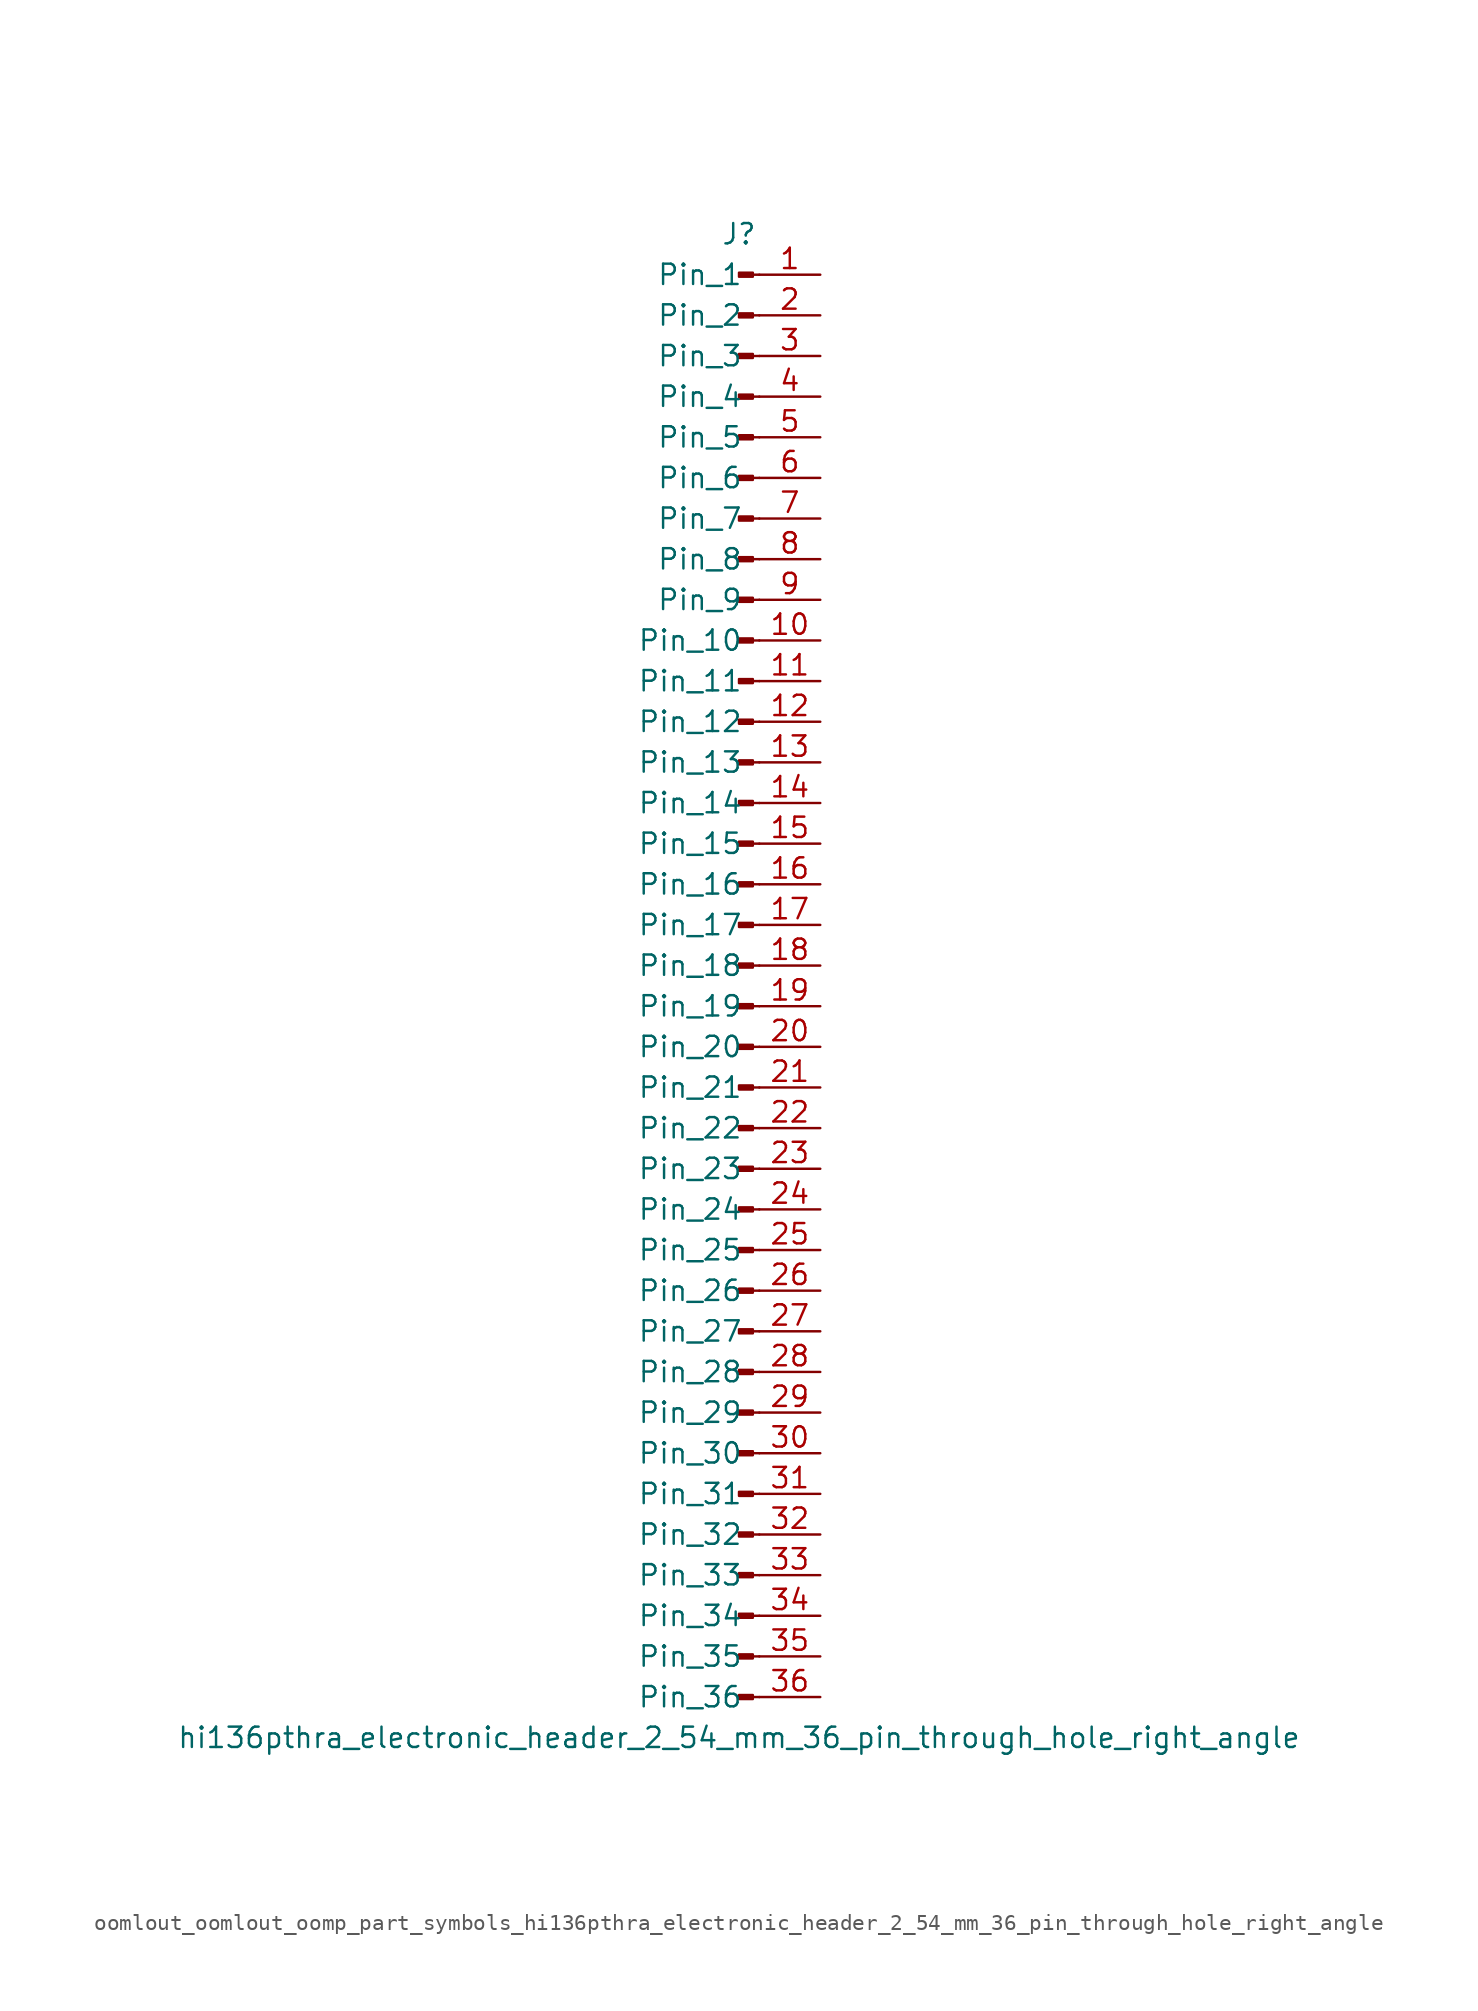
<source format=kicad_sym>
(kicad_symbol_lib
  (version 20220914)
  (generator kicad_symbol_editor)
  (symbol "oomlout_oomlout_oomp_part_symbols_hi136pthra_electronic_header_2_54_mm_36_pin_through_hole_right_angle"
    (pin_names
      (offset 1.016))
    (property "Reference" "J"
      (at 0 45.72 0)
      (effects (font (size 1.27 1.27))))
    (property "Value" "hi136pthra_electronic_header_2_54_mm_36_pin_through_hole_right_angle"
      (at 0 -48.26 0)
      (effects (font (size 1.27 1.27))))
    (property "ki_locked" ""
      (at 0 0 0)
      (effects (font (size 1.27 1.27))))
    (symbol "oomlout_oomlout_oomp_part_symbols_hi136pthra_electronic_header_2_54_mm_36_pin_through_hole_right_angle_1_1"
      (polyline (pts (xy 1.27 -45.72) (xy 0.864 -45.72)) (stroke (width 0.152) (type default)) (fill (type none)))
      (polyline (pts (xy 1.27 -43.18) (xy 0.864 -43.18)) (stroke (width 0.152) (type default)) (fill (type none)))
      (polyline (pts (xy 1.27 -40.64) (xy 0.864 -40.64)) (stroke (width 0.152) (type default)) (fill (type none)))
      (polyline (pts (xy 1.27 -38.1) (xy 0.864 -38.1)) (stroke (width 0.152) (type default)) (fill (type none)))
      (polyline (pts (xy 1.27 -35.56) (xy 0.864 -35.56)) (stroke (width 0.152) (type default)) (fill (type none)))
      (polyline (pts (xy 1.27 -33.02) (xy 0.864 -33.02)) (stroke (width 0.152) (type default)) (fill (type none)))
      (polyline (pts (xy 1.27 -30.48) (xy 0.864 -30.48)) (stroke (width 0.152) (type default)) (fill (type none)))
      (polyline (pts (xy 1.27 -27.94) (xy 0.864 -27.94)) (stroke (width 0.152) (type default)) (fill (type none)))
      (polyline (pts (xy 1.27 -25.4) (xy 0.864 -25.4)) (stroke (width 0.152) (type default)) (fill (type none)))
      (polyline (pts (xy 1.27 -22.86) (xy 0.864 -22.86)) (stroke (width 0.152) (type default)) (fill (type none)))
      (polyline (pts (xy 1.27 -20.32) (xy 0.864 -20.32)) (stroke (width 0.152) (type default)) (fill (type none)))
      (polyline (pts (xy 1.27 -17.78) (xy 0.864 -17.78)) (stroke (width 0.152) (type default)) (fill (type none)))
      (polyline (pts (xy 1.27 -15.24) (xy 0.864 -15.24)) (stroke (width 0.152) (type default)) (fill (type none)))
      (polyline (pts (xy 1.27 -12.7) (xy 0.864 -12.7)) (stroke (width 0.152) (type default)) (fill (type none)))
      (polyline (pts (xy 1.27 -10.16) (xy 0.864 -10.16)) (stroke (width 0.152) (type default)) (fill (type none)))
      (polyline (pts (xy 1.27 -7.62) (xy 0.864 -7.62)) (stroke (width 0.152) (type default)) (fill (type none)))
      (polyline (pts (xy 1.27 -5.08) (xy 0.864 -5.08)) (stroke (width 0.152) (type default)) (fill (type none)))
      (polyline (pts (xy 1.27 -2.54) (xy 0.864 -2.54)) (stroke (width 0.152) (type default)) (fill (type none)))
      (polyline (pts (xy 1.27 0) (xy 0.864 0)) (stroke (width 0.152) (type default)) (fill (type none)))
      (polyline (pts (xy 1.27 2.54) (xy 0.864 2.54)) (stroke (width 0.152) (type default)) (fill (type none)))
      (polyline (pts (xy 1.27 5.08) (xy 0.864 5.08)) (stroke (width 0.152) (type default)) (fill (type none)))
      (polyline (pts (xy 1.27 7.62) (xy 0.864 7.62)) (stroke (width 0.152) (type default)) (fill (type none)))
      (polyline (pts (xy 1.27 10.16) (xy 0.864 10.16)) (stroke (width 0.152) (type default)) (fill (type none)))
      (polyline (pts (xy 1.27 12.7) (xy 0.864 12.7)) (stroke (width 0.152) (type default)) (fill (type none)))
      (polyline (pts (xy 1.27 15.24) (xy 0.864 15.24)) (stroke (width 0.152) (type default)) (fill (type none)))
      (polyline (pts (xy 1.27 17.78) (xy 0.864 17.78)) (stroke (width 0.152) (type default)) (fill (type none)))
      (polyline (pts (xy 1.27 20.32) (xy 0.864 20.32)) (stroke (width 0.152) (type default)) (fill (type none)))
      (polyline (pts (xy 1.27 22.86) (xy 0.864 22.86)) (stroke (width 0.152) (type default)) (fill (type none)))
      (polyline (pts (xy 1.27 25.4) (xy 0.864 25.4)) (stroke (width 0.152) (type default)) (fill (type none)))
      (polyline (pts (xy 1.27 27.94) (xy 0.864 27.94)) (stroke (width 0.152) (type default)) (fill (type none)))
      (polyline (pts (xy 1.27 30.48) (xy 0.864 30.48)) (stroke (width 0.152) (type default)) (fill (type none)))
      (polyline (pts (xy 1.27 33.02) (xy 0.864 33.02)) (stroke (width 0.152) (type default)) (fill (type none)))
      (polyline (pts (xy 1.27 35.56) (xy 0.864 35.56)) (stroke (width 0.152) (type default)) (fill (type none)))
      (polyline (pts (xy 1.27 38.1) (xy 0.864 38.1)) (stroke (width 0.152) (type default)) (fill (type none)))
      (polyline (pts (xy 1.27 40.64) (xy 0.864 40.64)) (stroke (width 0.152) (type default)) (fill (type none)))
      (polyline (pts (xy 1.27 43.18) (xy 0.864 43.18)) (stroke (width 0.152) (type default)) (fill (type none)))
      (rectangle (start 0.864 -45.593) (end 0 -45.847) (stroke (width 0.152) (type default)) (fill (type outline)))
      (rectangle (start 0.864 -43.053) (end 0 -43.307) (stroke (width 0.152) (type default)) (fill (type outline)))
      (rectangle (start 0.864 -40.513) (end 0 -40.767) (stroke (width 0.152) (type default)) (fill (type outline)))
      (rectangle (start 0.864 -37.973) (end 0 -38.227) (stroke (width 0.152) (type default)) (fill (type outline)))
      (rectangle (start 0.864 -35.433) (end 0 -35.687) (stroke (width 0.152) (type default)) (fill (type outline)))
      (rectangle (start 0.864 -32.893) (end 0 -33.147) (stroke (width 0.152) (type default)) (fill (type outline)))
      (rectangle (start 0.864 -30.353) (end 0 -30.607) (stroke (width 0.152) (type default)) (fill (type outline)))
      (rectangle (start 0.864 -27.813) (end 0 -28.067) (stroke (width 0.152) (type default)) (fill (type outline)))
      (rectangle (start 0.864 -25.273) (end 0 -25.527) (stroke (width 0.152) (type default)) (fill (type outline)))
      (rectangle (start 0.864 -22.733) (end 0 -22.987) (stroke (width 0.152) (type default)) (fill (type outline)))
      (rectangle (start 0.864 -20.193) (end 0 -20.447) (stroke (width 0.152) (type default)) (fill (type outline)))
      (rectangle (start 0.864 -17.653) (end 0 -17.907) (stroke (width 0.152) (type default)) (fill (type outline)))
      (rectangle (start 0.864 -15.113) (end 0 -15.367) (stroke (width 0.152) (type default)) (fill (type outline)))
      (rectangle (start 0.864 -12.573) (end 0 -12.827) (stroke (width 0.152) (type default)) (fill (type outline)))
      (rectangle (start 0.864 -10.033) (end 0 -10.287) (stroke (width 0.152) (type default)) (fill (type outline)))
      (rectangle (start 0.864 -7.493) (end 0 -7.747) (stroke (width 0.152) (type default)) (fill (type outline)))
      (rectangle (start 0.864 -4.953) (end 0 -5.207) (stroke (width 0.152) (type default)) (fill (type outline)))
      (rectangle (start 0.864 -2.413) (end 0 -2.667) (stroke (width 0.152) (type default)) (fill (type outline)))
      (rectangle (start 0.864 0.127) (end 0 -0.127) (stroke (width 0.152) (type default)) (fill (type outline)))
      (rectangle (start 0.864 2.667) (end 0 2.413) (stroke (width 0.152) (type default)) (fill (type outline)))
      (rectangle (start 0.864 5.207) (end 0 4.953) (stroke (width 0.152) (type default)) (fill (type outline)))
      (rectangle (start 0.864 7.747) (end 0 7.493) (stroke (width 0.152) (type default)) (fill (type outline)))
      (rectangle (start 0.864 10.287) (end 0 10.033) (stroke (width 0.152) (type default)) (fill (type outline)))
      (rectangle (start 0.864 12.827) (end 0 12.573) (stroke (width 0.152) (type default)) (fill (type outline)))
      (rectangle (start 0.864 15.367) (end 0 15.113) (stroke (width 0.152) (type default)) (fill (type outline)))
      (rectangle (start 0.864 17.907) (end 0 17.653) (stroke (width 0.152) (type default)) (fill (type outline)))
      (rectangle (start 0.864 20.447) (end 0 20.193) (stroke (width 0.152) (type default)) (fill (type outline)))
      (rectangle (start 0.864 22.987) (end 0 22.733) (stroke (width 0.152) (type default)) (fill (type outline)))
      (rectangle (start 0.864 25.527) (end 0 25.273) (stroke (width 0.152) (type default)) (fill (type outline)))
      (rectangle (start 0.864 28.067) (end 0 27.813) (stroke (width 0.152) (type default)) (fill (type outline)))
      (rectangle (start 0.864 30.607) (end 0 30.353) (stroke (width 0.152) (type default)) (fill (type outline)))
      (rectangle (start 0.864 33.147) (end 0 32.893) (stroke (width 0.152) (type default)) (fill (type outline)))
      (rectangle (start 0.864 35.687) (end 0 35.433) (stroke (width 0.152) (type default)) (fill (type outline)))
      (rectangle (start 0.864 38.227) (end 0 37.973) (stroke (width 0.152) (type default)) (fill (type outline)))
      (rectangle (start 0.864 40.767) (end 0 40.513) (stroke (width 0.152) (type default)) (fill (type outline)))
      (rectangle (start 0.864 43.307) (end 0 43.053) (stroke (width 0.152) (type default)) (fill (type outline)))
      (pin passive line (at 5.08 43.18 180) (length 3.81) (name "Pin_1" (effects (font (size 1.27 1.27)))) (number "1" (effects (font (size 1.27 1.27)))))
      (pin passive line (at 5.08 20.32 180) (length 3.81) (name "Pin_10" (effects (font (size 1.27 1.27)))) (number "10" (effects (font (size 1.27 1.27)))))
      (pin passive line (at 5.08 17.78 180) (length 3.81) (name "Pin_11" (effects (font (size 1.27 1.27)))) (number "11" (effects (font (size 1.27 1.27)))))
      (pin passive line (at 5.08 15.24 180) (length 3.81) (name "Pin_12" (effects (font (size 1.27 1.27)))) (number "12" (effects (font (size 1.27 1.27)))))
      (pin passive line (at 5.08 12.7 180) (length 3.81) (name "Pin_13" (effects (font (size 1.27 1.27)))) (number "13" (effects (font (size 1.27 1.27)))))
      (pin passive line (at 5.08 10.16 180) (length 3.81) (name "Pin_14" (effects (font (size 1.27 1.27)))) (number "14" (effects (font (size 1.27 1.27)))))
      (pin passive line (at 5.08 7.62 180) (length 3.81) (name "Pin_15" (effects (font (size 1.27 1.27)))) (number "15" (effects (font (size 1.27 1.27)))))
      (pin passive line (at 5.08 5.08 180) (length 3.81) (name "Pin_16" (effects (font (size 1.27 1.27)))) (number "16" (effects (font (size 1.27 1.27)))))
      (pin passive line (at 5.08 2.54 180) (length 3.81) (name "Pin_17" (effects (font (size 1.27 1.27)))) (number "17" (effects (font (size 1.27 1.27)))))
      (pin passive line (at 5.08 0 180) (length 3.81) (name "Pin_18" (effects (font (size 1.27 1.27)))) (number "18" (effects (font (size 1.27 1.27)))))
      (pin passive line (at 5.08 -2.54 180) (length 3.81) (name "Pin_19" (effects (font (size 1.27 1.27)))) (number "19" (effects (font (size 1.27 1.27)))))
      (pin passive line (at 5.08 40.64 180) (length 3.81) (name "Pin_2" (effects (font (size 1.27 1.27)))) (number "2" (effects (font (size 1.27 1.27)))))
      (pin passive line (at 5.08 -5.08 180) (length 3.81) (name "Pin_20" (effects (font (size 1.27 1.27)))) (number "20" (effects (font (size 1.27 1.27)))))
      (pin passive line (at 5.08 -7.62 180) (length 3.81) (name "Pin_21" (effects (font (size 1.27 1.27)))) (number "21" (effects (font (size 1.27 1.27)))))
      (pin passive line (at 5.08 -10.16 180) (length 3.81) (name "Pin_22" (effects (font (size 1.27 1.27)))) (number "22" (effects (font (size 1.27 1.27)))))
      (pin passive line (at 5.08 -12.7 180) (length 3.81) (name "Pin_23" (effects (font (size 1.27 1.27)))) (number "23" (effects (font (size 1.27 1.27)))))
      (pin passive line (at 5.08 -15.24 180) (length 3.81) (name "Pin_24" (effects (font (size 1.27 1.27)))) (number "24" (effects (font (size 1.27 1.27)))))
      (pin passive line (at 5.08 -17.78 180) (length 3.81) (name "Pin_25" (effects (font (size 1.27 1.27)))) (number "25" (effects (font (size 1.27 1.27)))))
      (pin passive line (at 5.08 -20.32 180) (length 3.81) (name "Pin_26" (effects (font (size 1.27 1.27)))) (number "26" (effects (font (size 1.27 1.27)))))
      (pin passive line (at 5.08 -22.86 180) (length 3.81) (name "Pin_27" (effects (font (size 1.27 1.27)))) (number "27" (effects (font (size 1.27 1.27)))))
      (pin passive line (at 5.08 -25.4 180) (length 3.81) (name "Pin_28" (effects (font (size 1.27 1.27)))) (number "28" (effects (font (size 1.27 1.27)))))
      (pin passive line (at 5.08 -27.94 180) (length 3.81) (name "Pin_29" (effects (font (size 1.27 1.27)))) (number "29" (effects (font (size 1.27 1.27)))))
      (pin passive line (at 5.08 38.1 180) (length 3.81) (name "Pin_3" (effects (font (size 1.27 1.27)))) (number "3" (effects (font (size 1.27 1.27)))))
      (pin passive line (at 5.08 -30.48 180) (length 3.81) (name "Pin_30" (effects (font (size 1.27 1.27)))) (number "30" (effects (font (size 1.27 1.27)))))
      (pin passive line (at 5.08 -33.02 180) (length 3.81) (name "Pin_31" (effects (font (size 1.27 1.27)))) (number "31" (effects (font (size 1.27 1.27)))))
      (pin passive line (at 5.08 -35.56 180) (length 3.81) (name "Pin_32" (effects (font (size 1.27 1.27)))) (number "32" (effects (font (size 1.27 1.27)))))
      (pin passive line (at 5.08 -38.1 180) (length 3.81) (name "Pin_33" (effects (font (size 1.27 1.27)))) (number "33" (effects (font (size 1.27 1.27)))))
      (pin passive line (at 5.08 -40.64 180) (length 3.81) (name "Pin_34" (effects (font (size 1.27 1.27)))) (number "34" (effects (font (size 1.27 1.27)))))
      (pin passive line (at 5.08 -43.18 180) (length 3.81) (name "Pin_35" (effects (font (size 1.27 1.27)))) (number "35" (effects (font (size 1.27 1.27)))))
      (pin passive line (at 5.08 -45.72 180) (length 3.81) (name "Pin_36" (effects (font (size 1.27 1.27)))) (number "36" (effects (font (size 1.27 1.27)))))
      (pin passive line (at 5.08 35.56 180) (length 3.81) (name "Pin_4" (effects (font (size 1.27 1.27)))) (number "4" (effects (font (size 1.27 1.27)))))
      (pin passive line (at 5.08 33.02 180) (length 3.81) (name "Pin_5" (effects (font (size 1.27 1.27)))) (number "5" (effects (font (size 1.27 1.27)))))
      (pin passive line (at 5.08 30.48 180) (length 3.81) (name "Pin_6" (effects (font (size 1.27 1.27)))) (number "6" (effects (font (size 1.27 1.27)))))
      (pin passive line (at 5.08 27.94 180) (length 3.81) (name "Pin_7" (effects (font (size 1.27 1.27)))) (number "7" (effects (font (size 1.27 1.27)))))
      (pin passive line (at 5.08 25.4 180) (length 3.81) (name "Pin_8" (effects (font (size 1.27 1.27)))) (number "8" (effects (font (size 1.27 1.27)))))
      (pin passive line (at 5.08 22.86 180) (length 3.81) (name "Pin_9" (effects (font (size 1.27 1.27)))) (number "9" (effects (font (size 1.27 1.27))))))))
</source>
